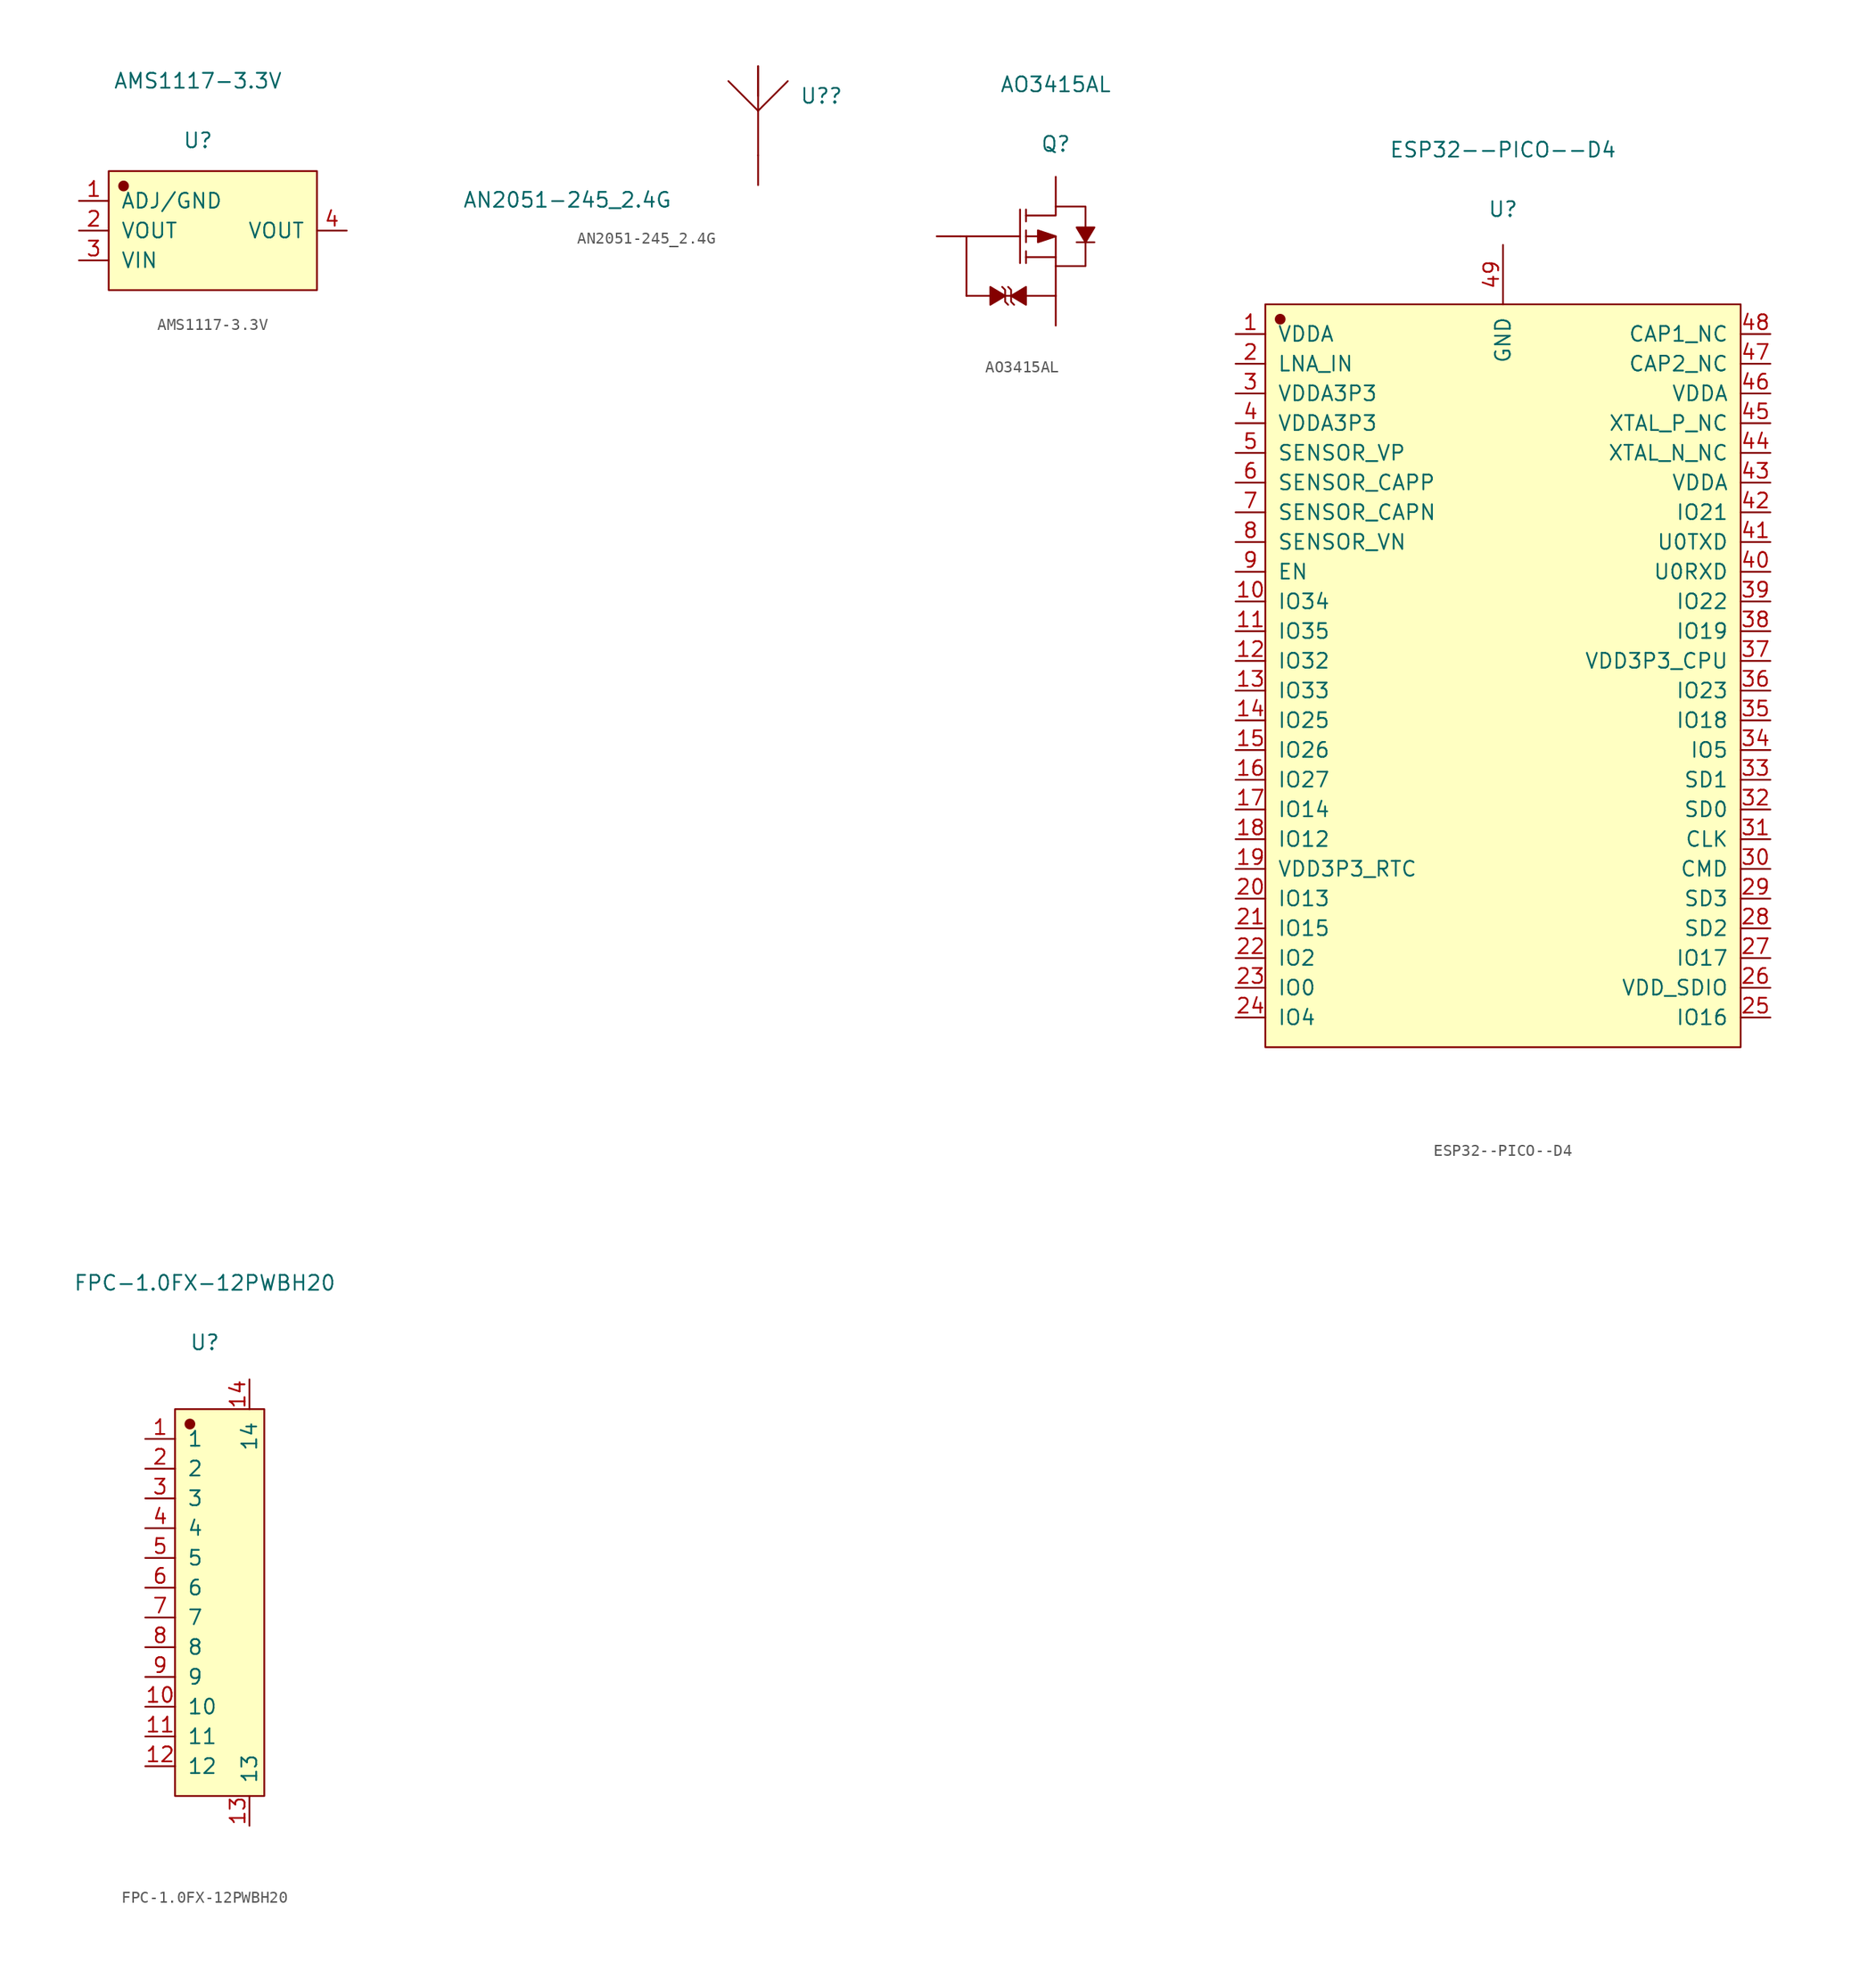
<source format=kicad_sym>
(kicad_symbol_lib
  (version 20211014)
  (generator kicad_symbol_editor)
  (symbol "AMS1117-3.3V"
    (pin_names
      (offset 1.016))
    (property "Reference" "U"
      (at 0 7.696 0)
      (effects (font (size 1.27 1.27))))
    (property "Value" "AMS1117-3.3V"
      (at 0 12.776 0)
      (effects (font (size 1.27 1.27))))
    (symbol "AMS1117-3.3V_1_1"
      (rectangle (start -7.62 5.08) (end 10.16 -5.08) (stroke (width 0.152) (type default) (color 0 0 0 0)) (fill (type background)))
      (circle (center -6.35 3.81) (radius 0.381) (stroke (width 0.152) (type default) (color 0 0 0 0)) (fill (type outline)))
      (pin input line (at -10.16 2.54 0) (length 2.54) (name "ADJ/GND" (effects (font (size 1.27 1.27)))) (number "1" (effects (font (size 1.27 1.27)))))
      (pin input line (at -10.16 0 0) (length 2.54) (name "VOUT" (effects (font (size 1.27 1.27)))) (number "2" (effects (font (size 1.27 1.27)))))
      (pin input line (at -10.16 -2.54 0) (length 2.54) (name "VIN" (effects (font (size 1.27 1.27)))) (number "3" (effects (font (size 1.27 1.27)))))
      (pin input line (at 12.7 0 180) (length 2.54) (name "VOUT" (effects (font (size 1.27 1.27)))) (number "4" (effects (font (size 1.27 1.27)))))))
  (symbol "AN2051-245_2.4G"
    (pin_numbers hide)
    (pin_names
      (offset 1.016) hide)
    (property "Reference" "U?"
      (at 3.556 2.54 0)
      (effects (font (size 1.27 1.27)) (justify left)))
    (property "Value" "AN2051-245_2.4G"
      (at -25.273 -6.35 0)
      (effects (font (size 1.27 1.27)) (justify left)))
    (symbol "AN2051-245_2.4G_1_1"
      (polyline (pts (xy 0 1.27) (xy -2.54 3.81)) (stroke (width 0.152) (type default) (color 0 0 0 0)) (fill (type none)))
      (polyline (pts (xy 0 1.27) (xy 0 -2.54)) (stroke (width 0.152) (type default) (color 0 0 0 0)) (fill (type none)))
      (polyline (pts (xy 0 1.27) (xy 0 5.08)) (stroke (width 0.152) (type default) (color 0 0 0 0)) (fill (type none)))
      (polyline (pts (xy 2.54 3.81) (xy 0 1.27)) (stroke (width 0.152) (type default) (color 0 0 0 0)) (fill (type none)))
      (pin input line (at 0 -5.08 90) (length 2.54) (name "ANT" (effects (font (size 1.27 1.27)))) (number "1" (effects (font (size 1.27 1.27)))))
      (pin input line (at 0 5.08 270) (length 2.54) (name "2" (effects (font (size 1.27 1.27)))) (number "2" (effects (font (size 1.27 1.27)))))))
  (symbol "AO3415AL"
    (pin_numbers hide)
    (pin_names
      (offset 1.016) hide)
    (property "Reference" "Q"
      (at 0 7.874 0)
      (effects (font (size 1.27 1.27))))
    (property "Value" "AO3415AL"
      (at 0 12.954 0)
      (effects (font (size 1.27 1.27))))
    (symbol "AO3415AL_1_1"
      (polyline (pts (xy -8.128 0) (xy -3.048 0)) (stroke (width 0.152) (type default) (color 0 0 0 0)) (fill (type none)))
      (polyline (pts (xy -7.62 -5.08) (xy -7.62 0)) (stroke (width 0.152) (type default) (color 0 0 0 0)) (fill (type none)))
      (polyline (pts (xy -3.048 2.286) (xy -3.048 -2.286)) (stroke (width 0.152) (type default) (color 0 0 0 0)) (fill (type none)))
      (polyline (pts (xy -2.54 -2.286) (xy -2.54 -1.27)) (stroke (width 0.152) (type default) (color 0 0 0 0)) (fill (type none)))
      (polyline (pts (xy -2.54 -0.508) (xy -2.54 0.508)) (stroke (width 0.152) (type default) (color 0 0 0 0)) (fill (type none)))
      (polyline (pts (xy -2.54 2.286) (xy -2.54 1.27)) (stroke (width 0.152) (type default) (color 0 0 0 0)) (fill (type none)))
      (polyline (pts (xy 0 -5.08) (xy -7.62 -5.08)) (stroke (width 0.152) (type default) (color 0 0 0 0)) (fill (type none)))
      (polyline (pts (xy 0 -5.08) (xy 0 -2.54)) (stroke (width 0.152) (type default) (color 0 0 0 0)) (fill (type none)))
      (polyline (pts (xy 0 -1.778) (xy -2.54 -1.778)) (stroke (width 0.152) (type default) (color 0 0 0 0)) (fill (type none)))
      (polyline (pts (xy -4.572 -4.318) (xy -4.318 -4.572) (xy -4.318 -5.588) (xy -4.064 -5.842)) (stroke (width 0.152) (type default) (color 0 0 0 0)) (fill (type none)))
      (polyline (pts (xy -4.318 -5.08) (xy -5.588 -4.318) (xy -5.588 -5.842) (xy -4.318 -5.08)) (stroke (width 0.152) (type default) (color 0 0 0 0)) (fill (type outline)))
      (polyline (pts (xy -4.064 -4.318) (xy -3.81 -4.572) (xy -3.81 -5.588) (xy -3.556 -5.842)) (stroke (width 0.152) (type default) (color 0 0 0 0)) (fill (type none)))
      (polyline (pts (xy -3.81 -5.08) (xy -2.54 -5.842) (xy -2.54 -4.318) (xy -3.81 -5.08)) (stroke (width 0.152) (type default) (color 0 0 0 0)) (fill (type outline)))
      (polyline (pts (xy 0 0) (xy -1.524 0.508) (xy -1.524 -0.508) (xy 0 0)) (stroke (width 0.152) (type default) (color 0 0 0 0)) (fill (type outline)))
      (polyline (pts (xy 1.778 -0.508) (xy 2.032 -0.508) (xy 3.048 -0.508) (xy 3.302 -0.508)) (stroke (width 0.152) (type default) (color 0 0 0 0)) (fill (type none)))
      (polyline (pts (xy 2.54 -0.508) (xy 3.302 0.762) (xy 1.778 0.762) (xy 2.54 -0.508)) (stroke (width 0.152) (type default) (color 0 0 0 0)) (fill (type outline)))
      (polyline (pts (xy -2.54 0) (xy 0 0) (xy 0 -2.54) (xy 2.54 -2.54) (xy 2.54 0)) (stroke (width 0.152) (type default) (color 0 0 0 0)) (fill (type none)))
      (polyline (pts (xy -2.54 1.778) (xy 0 1.778) (xy 0 2.54) (xy 2.54 2.54) (xy 2.54 0.508)) (stroke (width 0.152) (type default) (color 0 0 0 0)) (fill (type none)))
      (pin input line (at -10.16 0 0) (length 2.032) (name "G" (effects (font (size 1.27 1.27)))) (number "1" (effects (font (size 1.27 1.27)))))
      (pin input line (at 0 -7.62 90) (length 2.54) (name "S" (effects (font (size 1.27 1.27)))) (number "2" (effects (font (size 1.27 1.27)))))
      (pin input line (at 0 5.08 270) (length 2.54) (name "D" (effects (font (size 1.27 1.27)))) (number "3" (effects (font (size 1.27 1.27)))))))
  (symbol "ESP32--PICO--D4"
    (pin_names
      (offset 1.016))
    (property "Reference" "U"
      (at 0 39.878 0)
      (effects (font (size 1.27 1.27))))
    (property "Value" "ESP32--PICO--D4"
      (at 0 44.958 0)
      (effects (font (size 1.27 1.27))))
    (symbol "ESP32--PICO--D4_1_1"
      (rectangle (start -20.32 31.75) (end 20.32 -31.75) (stroke (width 0.152) (type default) (color 0 0 0 0)) (fill (type background)))
      (circle (center -19.05 30.48) (radius 0.381) (stroke (width 0.152) (type default) (color 0 0 0 0)) (fill (type outline)))
      (pin input line (at -22.86 29.21 0) (length 2.54) (name "VDDA" (effects (font (size 1.27 1.27)))) (number "1" (effects (font (size 1.27 1.27)))))
      (pin input line (at -22.86 6.35 0) (length 2.54) (name "IO34" (effects (font (size 1.27 1.27)))) (number "10" (effects (font (size 1.27 1.27)))))
      (pin input line (at -22.86 3.81 0) (length 2.54) (name "IO35" (effects (font (size 1.27 1.27)))) (number "11" (effects (font (size 1.27 1.27)))))
      (pin input line (at -22.86 1.27 0) (length 2.54) (name "IO32" (effects (font (size 1.27 1.27)))) (number "12" (effects (font (size 1.27 1.27)))))
      (pin input line (at -22.86 -1.27 0) (length 2.54) (name "IO33" (effects (font (size 1.27 1.27)))) (number "13" (effects (font (size 1.27 1.27)))))
      (pin input line (at -22.86 -3.81 0) (length 2.54) (name "IO25" (effects (font (size 1.27 1.27)))) (number "14" (effects (font (size 1.27 1.27)))))
      (pin input line (at -22.86 -6.35 0) (length 2.54) (name "IO26" (effects (font (size 1.27 1.27)))) (number "15" (effects (font (size 1.27 1.27)))))
      (pin input line (at -22.86 -8.89 0) (length 2.54) (name "IO27" (effects (font (size 1.27 1.27)))) (number "16" (effects (font (size 1.27 1.27)))))
      (pin input line (at -22.86 -11.43 0) (length 2.54) (name "IO14" (effects (font (size 1.27 1.27)))) (number "17" (effects (font (size 1.27 1.27)))))
      (pin input line (at -22.86 -13.97 0) (length 2.54) (name "IO12" (effects (font (size 1.27 1.27)))) (number "18" (effects (font (size 1.27 1.27)))))
      (pin input line (at -22.86 -16.51 0) (length 2.54) (name "VDD3P3_RTC" (effects (font (size 1.27 1.27)))) (number "19" (effects (font (size 1.27 1.27)))))
      (pin input line (at -22.86 26.67 0) (length 2.54) (name "LNA_IN" (effects (font (size 1.27 1.27)))) (number "2" (effects (font (size 1.27 1.27)))))
      (pin input line (at -22.86 -19.05 0) (length 2.54) (name "IO13" (effects (font (size 1.27 1.27)))) (number "20" (effects (font (size 1.27 1.27)))))
      (pin input line (at -22.86 -21.59 0) (length 2.54) (name "IO15" (effects (font (size 1.27 1.27)))) (number "21" (effects (font (size 1.27 1.27)))))
      (pin input line (at -22.86 -24.13 0) (length 2.54) (name "IO2" (effects (font (size 1.27 1.27)))) (number "22" (effects (font (size 1.27 1.27)))))
      (pin input line (at -22.86 -26.67 0) (length 2.54) (name "IO0" (effects (font (size 1.27 1.27)))) (number "23" (effects (font (size 1.27 1.27)))))
      (pin input line (at -22.86 -29.21 0) (length 2.54) (name "IO4" (effects (font (size 1.27 1.27)))) (number "24" (effects (font (size 1.27 1.27)))))
      (pin input line (at 22.86 -29.21 180) (length 2.54) (name "IO16" (effects (font (size 1.27 1.27)))) (number "25" (effects (font (size 1.27 1.27)))))
      (pin input line (at 22.86 -26.67 180) (length 2.54) (name "VDD_SDIO" (effects (font (size 1.27 1.27)))) (number "26" (effects (font (size 1.27 1.27)))))
      (pin input line (at 22.86 -24.13 180) (length 2.54) (name "IO17" (effects (font (size 1.27 1.27)))) (number "27" (effects (font (size 1.27 1.27)))))
      (pin input line (at 22.86 -21.59 180) (length 2.54) (name "SD2" (effects (font (size 1.27 1.27)))) (number "28" (effects (font (size 1.27 1.27)))))
      (pin input line (at 22.86 -19.05 180) (length 2.54) (name "SD3" (effects (font (size 1.27 1.27)))) (number "29" (effects (font (size 1.27 1.27)))))
      (pin input line (at -22.86 24.13 0) (length 2.54) (name "VDDA3P3" (effects (font (size 1.27 1.27)))) (number "3" (effects (font (size 1.27 1.27)))))
      (pin input line (at 22.86 -16.51 180) (length 2.54) (name "CMD" (effects (font (size 1.27 1.27)))) (number "30" (effects (font (size 1.27 1.27)))))
      (pin input line (at 22.86 -13.97 180) (length 2.54) (name "CLK" (effects (font (size 1.27 1.27)))) (number "31" (effects (font (size 1.27 1.27)))))
      (pin input line (at 22.86 -11.43 180) (length 2.54) (name "SD0" (effects (font (size 1.27 1.27)))) (number "32" (effects (font (size 1.27 1.27)))))
      (pin input line (at 22.86 -8.89 180) (length 2.54) (name "SD1" (effects (font (size 1.27 1.27)))) (number "33" (effects (font (size 1.27 1.27)))))
      (pin input line (at 22.86 -6.35 180) (length 2.54) (name "IO5" (effects (font (size 1.27 1.27)))) (number "34" (effects (font (size 1.27 1.27)))))
      (pin input line (at 22.86 -3.81 180) (length 2.54) (name "IO18" (effects (font (size 1.27 1.27)))) (number "35" (effects (font (size 1.27 1.27)))))
      (pin input line (at 22.86 -1.27 180) (length 2.54) (name "IO23" (effects (font (size 1.27 1.27)))) (number "36" (effects (font (size 1.27 1.27)))))
      (pin input line (at 22.86 1.27 180) (length 2.54) (name "VDD3P3_CPU" (effects (font (size 1.27 1.27)))) (number "37" (effects (font (size 1.27 1.27)))))
      (pin input line (at 22.86 3.81 180) (length 2.54) (name "IO19" (effects (font (size 1.27 1.27)))) (number "38" (effects (font (size 1.27 1.27)))))
      (pin input line (at 22.86 6.35 180) (length 2.54) (name "IO22" (effects (font (size 1.27 1.27)))) (number "39" (effects (font (size 1.27 1.27)))))
      (pin input line (at -22.86 21.59 0) (length 2.54) (name "VDDA3P3" (effects (font (size 1.27 1.27)))) (number "4" (effects (font (size 1.27 1.27)))))
      (pin input line (at 22.86 8.89 180) (length 2.54) (name "U0RXD" (effects (font (size 1.27 1.27)))) (number "40" (effects (font (size 1.27 1.27)))))
      (pin input line (at 22.86 11.43 180) (length 2.54) (name "U0TXD" (effects (font (size 1.27 1.27)))) (number "41" (effects (font (size 1.27 1.27)))))
      (pin input line (at 22.86 13.97 180) (length 2.54) (name "IO21" (effects (font (size 1.27 1.27)))) (number "42" (effects (font (size 1.27 1.27)))))
      (pin input line (at 22.86 16.51 180) (length 2.54) (name "VDDA" (effects (font (size 1.27 1.27)))) (number "43" (effects (font (size 1.27 1.27)))))
      (pin input line (at 22.86 19.05 180) (length 2.54) (name "XTAL_N_NC" (effects (font (size 1.27 1.27)))) (number "44" (effects (font (size 1.27 1.27)))))
      (pin input line (at 22.86 21.59 180) (length 2.54) (name "XTAL_P_NC" (effects (font (size 1.27 1.27)))) (number "45" (effects (font (size 1.27 1.27)))))
      (pin input line (at 22.86 24.13 180) (length 2.54) (name "VDDA" (effects (font (size 1.27 1.27)))) (number "46" (effects (font (size 1.27 1.27)))))
      (pin input line (at 22.86 26.67 180) (length 2.54) (name "CAP2_NC" (effects (font (size 1.27 1.27)))) (number "47" (effects (font (size 1.27 1.27)))))
      (pin input line (at 22.86 29.21 180) (length 2.54) (name "CAP1_NC" (effects (font (size 1.27 1.27)))) (number "48" (effects (font (size 1.27 1.27)))))
      (pin input line (at 0 36.83 270) (length 5.08) (name "GND" (effects (font (size 1.27 1.27)))) (number "49" (effects (font (size 1.27 1.27)))))
      (pin input line (at -22.86 19.05 0) (length 2.54) (name "SENSOR_VP" (effects (font (size 1.27 1.27)))) (number "5" (effects (font (size 1.27 1.27)))))
      (pin input line (at -22.86 16.51 0) (length 2.54) (name "SENSOR_CAPP" (effects (font (size 1.27 1.27)))) (number "6" (effects (font (size 1.27 1.27)))))
      (pin input line (at -22.86 13.97 0) (length 2.54) (name "SENSOR_CAPN" (effects (font (size 1.27 1.27)))) (number "7" (effects (font (size 1.27 1.27)))))
      (pin input line (at -22.86 11.43 0) (length 2.54) (name "SENSOR_VN" (effects (font (size 1.27 1.27)))) (number "8" (effects (font (size 1.27 1.27)))))
      (pin input line (at -22.86 8.89 0) (length 2.54) (name "EN" (effects (font (size 1.27 1.27)))) (number "9" (effects (font (size 1.27 1.27)))))))
  (symbol "FPC-1.0FX-12PWBH20"
    (pin_names
      (offset 1.016))
    (property "Reference" "U"
      (at 0 22.2 0)
      (effects (font (size 1.27 1.27))))
    (property "Value" "FPC-1.0FX-12PWBH20"
      (at 0 27.28 0)
      (effects (font (size 1.27 1.27))))
    (symbol "FPC-1.0FX-12PWBH20_1_1"
      (rectangle (start -2.54 16.51) (end 5.08 -16.51) (stroke (width 0.152) (type default) (color 0 0 0 0)) (fill (type background)))
      (circle (center -1.27 15.24) (radius 0.381) (stroke (width 0.152) (type default) (color 0 0 0 0)) (fill (type outline)))
      (pin input line (at -5.08 13.97 0) (length 2.54) (name "1" (effects (font (size 1.27 1.27)))) (number "1" (effects (font (size 1.27 1.27)))))
      (pin input line (at -5.08 -8.89 0) (length 2.54) (name "10" (effects (font (size 1.27 1.27)))) (number "10" (effects (font (size 1.27 1.27)))))
      (pin input line (at -5.08 -11.43 0) (length 2.54) (name "11" (effects (font (size 1.27 1.27)))) (number "11" (effects (font (size 1.27 1.27)))))
      (pin input line (at -5.08 -13.97 0) (length 2.54) (name "12" (effects (font (size 1.27 1.27)))) (number "12" (effects (font (size 1.27 1.27)))))
      (pin input line (at 3.81 -19.05 90) (length 2.54) (name "13" (effects (font (size 1.27 1.27)))) (number "13" (effects (font (size 1.27 1.27)))))
      (pin input line (at 3.81 19.05 270) (length 2.54) (name "14" (effects (font (size 1.27 1.27)))) (number "14" (effects (font (size 1.27 1.27)))))
      (pin input line (at -5.08 11.43 0) (length 2.54) (name "2" (effects (font (size 1.27 1.27)))) (number "2" (effects (font (size 1.27 1.27)))))
      (pin input line (at -5.08 8.89 0) (length 2.54) (name "3" (effects (font (size 1.27 1.27)))) (number "3" (effects (font (size 1.27 1.27)))))
      (pin input line (at -5.08 6.35 0) (length 2.54) (name "4" (effects (font (size 1.27 1.27)))) (number "4" (effects (font (size 1.27 1.27)))))
      (pin input line (at -5.08 3.81 0) (length 2.54) (name "5" (effects (font (size 1.27 1.27)))) (number "5" (effects (font (size 1.27 1.27)))))
      (pin input line (at -5.08 1.27 0) (length 2.54) (name "6" (effects (font (size 1.27 1.27)))) (number "6" (effects (font (size 1.27 1.27)))))
      (pin input line (at -5.08 -1.27 0) (length 2.54) (name "7" (effects (font (size 1.27 1.27)))) (number "7" (effects (font (size 1.27 1.27)))))
      (pin input line (at -5.08 -3.81 0) (length 2.54) (name "8" (effects (font (size 1.27 1.27)))) (number "8" (effects (font (size 1.27 1.27)))))
      (pin input line (at -5.08 -6.35 0) (length 2.54) (name "9" (effects (font (size 1.27 1.27)))) (number "9" (effects (font (size 1.27 1.27))))))))
</source>
